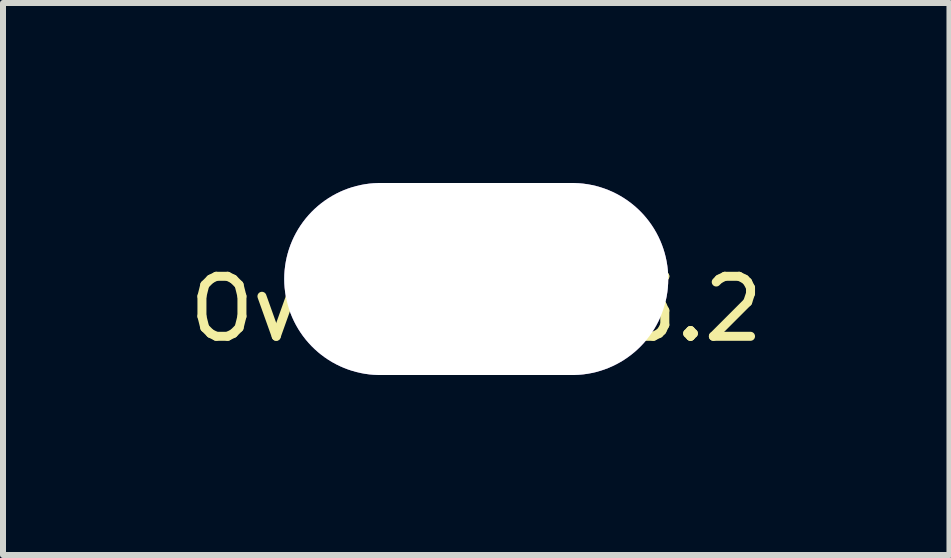
<source format=kicad_pcb>
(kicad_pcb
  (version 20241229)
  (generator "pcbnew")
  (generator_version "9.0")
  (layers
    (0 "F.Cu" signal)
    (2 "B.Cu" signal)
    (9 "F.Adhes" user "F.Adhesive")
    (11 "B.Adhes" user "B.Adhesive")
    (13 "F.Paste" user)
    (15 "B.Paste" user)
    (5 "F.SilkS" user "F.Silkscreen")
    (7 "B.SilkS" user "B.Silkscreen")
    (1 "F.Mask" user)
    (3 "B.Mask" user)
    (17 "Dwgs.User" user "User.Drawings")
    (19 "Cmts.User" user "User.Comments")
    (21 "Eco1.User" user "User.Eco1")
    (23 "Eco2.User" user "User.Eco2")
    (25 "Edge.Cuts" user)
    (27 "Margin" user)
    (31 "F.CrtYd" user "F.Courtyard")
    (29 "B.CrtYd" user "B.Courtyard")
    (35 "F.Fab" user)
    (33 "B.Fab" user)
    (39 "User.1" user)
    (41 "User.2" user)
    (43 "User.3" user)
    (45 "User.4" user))
  (footprint "Oval_6.4_3.2"
    (layer "F.Cu")
    (at 4.887 1.6)
    (property "Reference" "Oval_6.4_3.2" (at 0 0.5 0) (layer "F.SilkS") (effects (font (size 1 1) (thickness 0.15))))
    (attr through_hole)
    (pad "" thru_hole oval (at 0 0) (size 6.4 3.2) (drill oval 6.4 3.2) (layers "*.Cu" "*.Mask")))
  (gr_rect
    (start -3 -3)
    (end 12.774 6.2)
    (stroke (width 0.1) (type default))
    (fill no)
    (layer "Edge.Cuts")))
</source>
